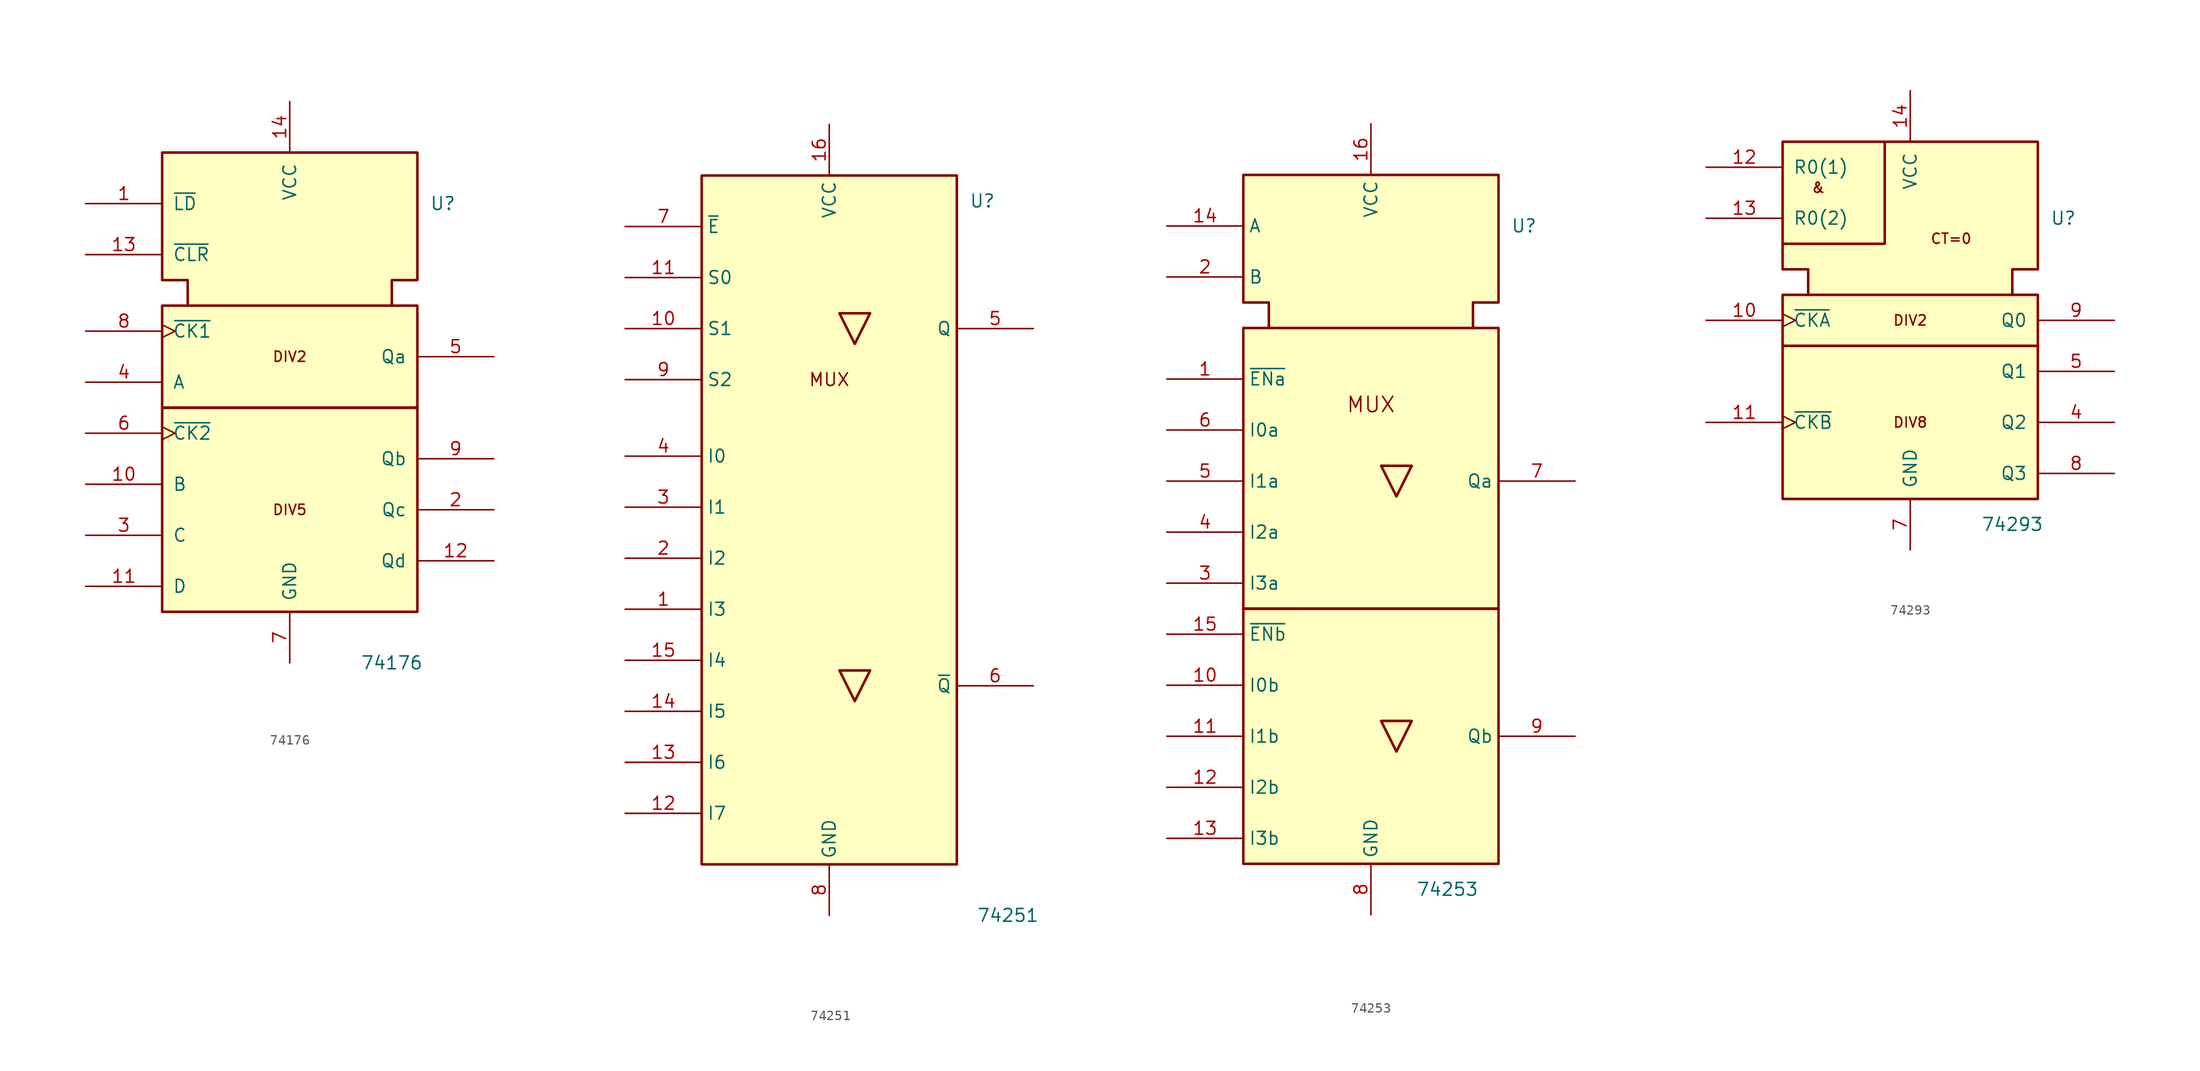
<source format=kicad_sym>
(kicad_symbol_lib
  (version 20241209)
  (generator "kicad_symbol_editor")
  (generator_version "9.0")
  (symbol "74176"
    (pin_names
      (offset 1.016))
    (property "Reference" "U"
      (at 15.24 12.7 0)
      (effects (font (size 1.27 1.27))))
    (property "Value" "74176"
      (at 10.16 -33.02 0)
      (effects (font (size 1.27 1.27))))
    (symbol "74176_0_0"
      (polyline (pts (xy -10.16 2.54) (xy -10.16 5.08) (xy -12.7 5.08) (xy -12.7 17.78) (xy 12.7 17.78) (xy 12.7 5.08) (xy 10.16 5.08) (xy 10.16 2.54) (xy 10.16 2.54)) (stroke (width 0.254) (type default)) (fill (type background)))
      (text "DIV2" (at 0 -2.54 0) (effects (font (size 1.016 1.016))))
      (text "DIV5" (at 0 -17.78 0) (effects (font (size 1.016 1.016)))))
    (symbol "74176_0_1"
      (rectangle (start -12.7 2.54) (end 12.7 -7.62) (stroke (width 0.254) (type default)) (fill (type background)))
      (rectangle (start -12.7 -7.62) (end 12.7 -27.94) (stroke (width 0.254) (type default)) (fill (type background)))
      (pin power_in line (at 0 22.86 270) (length 5.08) (name "VCC" (effects (font (size 1.27 1.27)))) (number "14" (effects (font (size 1.27 1.27)))))
      (pin power_in line (at 0 -33.02 90) (length 5.08) (name "GND" (effects (font (size 1.27 1.27)))) (number "7" (effects (font (size 1.27 1.27))))))
    (symbol "74176_1_1"
      (pin input line (at -20.32 12.7 0) (length 7.62) (name "~{LD}" (effects (font (size 1.27 1.27)))) (number "1" (effects (font (size 1.27 1.27)))))
      (pin input line (at -20.32 7.62 0) (length 7.62) (name "~{CLR}" (effects (font (size 1.27 1.27)))) (number "13" (effects (font (size 1.27 1.27)))))
      (pin input clock (at -20.32 0 0) (length 7.62) (name "~{CK1}" (effects (font (size 1.27 1.27)))) (number "8" (effects (font (size 1.27 1.27)))))
      (pin input line (at -20.32 -5.08 0) (length 7.62) (name "A" (effects (font (size 1.27 1.27)))) (number "4" (effects (font (size 1.27 1.27)))))
      (pin input clock (at -20.32 -10.16 0) (length 7.62) (name "~{CK2}" (effects (font (size 1.27 1.27)))) (number "6" (effects (font (size 1.27 1.27)))))
      (pin input line (at -20.32 -15.24 0) (length 7.62) (name "B" (effects (font (size 1.27 1.27)))) (number "10" (effects (font (size 1.27 1.27)))))
      (pin input line (at -20.32 -20.32 0) (length 7.62) (name "C" (effects (font (size 1.27 1.27)))) (number "3" (effects (font (size 1.27 1.27)))))
      (pin input line (at -20.32 -25.4 0) (length 7.62) (name "D" (effects (font (size 1.27 1.27)))) (number "11" (effects (font (size 1.27 1.27)))))
      (pin output line (at 20.32 -2.54 180) (length 7.62) (name "Qa" (effects (font (size 1.27 1.27)))) (number "5" (effects (font (size 1.27 1.27)))))
      (pin output line (at 20.32 -12.7 180) (length 7.62) (name "Qb" (effects (font (size 1.27 1.27)))) (number "9" (effects (font (size 1.27 1.27)))))
      (pin output line (at 20.32 -17.78 180) (length 7.62) (name "Qc" (effects (font (size 1.27 1.27)))) (number "2" (effects (font (size 1.27 1.27)))))
      (pin output line (at 20.32 -22.86 180) (length 7.62) (name "Qd" (effects (font (size 1.27 1.27)))) (number "12" (effects (font (size 1.27 1.27)))))))
  (symbol "74251"
    (property "Reference" "U"
      (at 15.24 30.48 0)
      (effects (font (size 1.27 1.27))))
    (property "Value" "74251"
      (at 17.78 -40.64 0)
      (effects (font (size 1.27 1.27))))
    (symbol "74251_0_0"
      (rectangle (start -12.7 33.02) (end 12.7 -35.56) (stroke (width 0.254) (type default)) (fill (type background)))
      (polyline (pts (xy 4.064 19.304) (xy 1.016 19.304) (xy 2.54 16.256) (xy 4.064 19.304) (xy 4.064 19.304)) (stroke (width 0.254) (type default)) (fill (type background)))
      (polyline (pts (xy 4.064 -16.256) (xy 1.016 -16.256) (xy 2.54 -19.304) (xy 4.064 -16.256) (xy 4.064 -16.256)) (stroke (width 0.254) (type default)) (fill (type background)))
      (text "MUX" (at 0 12.7 0) (effects (font (size 1.27 1.27))))
      (pin power_in line (at 0 38.1 270) (length 5.08) (name "VCC" (effects (font (size 1.27 1.27)))) (number "16" (effects (font (size 1.27 1.27)))))
      (pin power_in line (at 0 -40.64 90) (length 5.08) (name "GND" (effects (font (size 1.27 1.27)))) (number "8" (effects (font (size 1.27 1.27))))))
    (symbol "74251_1_1"
      (pin input line (at -20.32 27.94 0) (length 7.62) (name "~{E}" (effects (font (size 1.27 1.27)))) (number "7" (effects (font (size 1.27 1.27)))))
      (pin input line (at -20.32 22.86 0) (length 7.62) (name "S0" (effects (font (size 1.27 1.27)))) (number "11" (effects (font (size 1.27 1.27)))))
      (pin input line (at -20.32 17.78 0) (length 7.62) (name "S1" (effects (font (size 1.27 1.27)))) (number "10" (effects (font (size 1.27 1.27)))))
      (pin input line (at -20.32 12.7 0) (length 7.62) (name "S2" (effects (font (size 1.27 1.27)))) (number "9" (effects (font (size 1.27 1.27)))))
      (pin input line (at -20.32 5.08 0) (length 7.62) (name "I0" (effects (font (size 1.27 1.27)))) (number "4" (effects (font (size 1.27 1.27)))))
      (pin input line (at -20.32 0 0) (length 7.62) (name "I1" (effects (font (size 1.27 1.27)))) (number "3" (effects (font (size 1.27 1.27)))))
      (pin input line (at -20.32 -5.08 0) (length 7.62) (name "I2" (effects (font (size 1.27 1.27)))) (number "2" (effects (font (size 1.27 1.27)))))
      (pin input line (at -20.32 -10.16 0) (length 7.62) (name "I3" (effects (font (size 1.27 1.27)))) (number "1" (effects (font (size 1.27 1.27)))))
      (pin input line (at -20.32 -15.24 0) (length 7.62) (name "I4" (effects (font (size 1.27 1.27)))) (number "15" (effects (font (size 1.27 1.27)))))
      (pin input line (at -20.32 -20.32 0) (length 7.62) (name "I5" (effects (font (size 1.27 1.27)))) (number "14" (effects (font (size 1.27 1.27)))))
      (pin input line (at -20.32 -25.4 0) (length 7.62) (name "I6" (effects (font (size 1.27 1.27)))) (number "13" (effects (font (size 1.27 1.27)))))
      (pin input line (at -20.32 -30.48 0) (length 7.62) (name "I7" (effects (font (size 1.27 1.27)))) (number "12" (effects (font (size 1.27 1.27)))))
      (pin tri_state line (at 20.32 17.78 180) (length 7.62) (name "Q" (effects (font (size 1.27 1.27)))) (number "5" (effects (font (size 1.27 1.27)))))
      (pin tri_state line (at 20.32 -17.78 180) (length 7.62) (name "~{Q}" (effects (font (size 1.27 1.27)))) (number "6" (effects (font (size 1.27 1.27)))))))
  (symbol "74253"
    (property "Reference" "U"
      (at 15.24 33.02 0)
      (effects (font (size 1.27 1.27))))
    (property "Value" "74253"
      (at 7.62 -33.02 0)
      (effects (font (size 1.27 1.27))))
    (symbol "74253_0_0"
      (rectangle (start -12.7 22.86) (end 12.7 -5.08) (stroke (width 0.254) (type default)) (fill (type background)))
      (rectangle (start -12.7 -5.08) (end 12.7 -30.48) (stroke (width 0.254) (type default)) (fill (type background)))
      (polyline (pts (xy -10.16 22.86) (xy -10.16 25.4) (xy -12.7 25.4) (xy -12.7 38.1) (xy 12.7 38.1) (xy 12.7 25.4) (xy 10.16 25.4) (xy 10.16 22.86) (xy 10.16 22.86)) (stroke (width 0.254) (type default)) (fill (type background)))
      (polyline (pts (xy 4.064 9.144) (xy 1.016 9.144) (xy 2.54 6.096) (xy 4.064 9.144) (xy 4.064 9.144)) (stroke (width 0.254) (type default)) (fill (type background)))
      (polyline (pts (xy 4.064 -16.256) (xy 1.016 -16.256) (xy 2.54 -19.304) (xy 4.064 -16.256) (xy 4.064 -16.256)) (stroke (width 0.254) (type default)) (fill (type background)))
      (text "MUX" (at 0 15.24 0) (effects (font (size 1.524 1.524))))
      (pin power_in line (at 0 43.18 270) (length 5.08) (name "VCC" (effects (font (size 1.27 1.27)))) (number "16" (effects (font (size 1.27 1.27)))))
      (pin power_in line (at 0 -35.56 90) (length 5.08) (name "GND" (effects (font (size 1.27 1.27)))) (number "8" (effects (font (size 1.27 1.27))))))
    (symbol "74253_1_1"
      (pin input line (at -20.32 33.02 0) (length 7.62) (name "A" (effects (font (size 1.27 1.27)))) (number "14" (effects (font (size 1.27 1.27)))))
      (pin input line (at -20.32 27.94 0) (length 7.62) (name "B" (effects (font (size 1.27 1.27)))) (number "2" (effects (font (size 1.27 1.27)))))
      (pin input line (at -20.32 17.78 0) (length 7.62) (name "~{ENa}" (effects (font (size 1.27 1.27)))) (number "1" (effects (font (size 1.27 1.27)))))
      (pin input line (at -20.32 12.7 0) (length 7.62) (name "I0a" (effects (font (size 1.27 1.27)))) (number "6" (effects (font (size 1.27 1.27)))))
      (pin input line (at -20.32 7.62 0) (length 7.62) (name "I1a" (effects (font (size 1.27 1.27)))) (number "5" (effects (font (size 1.27 1.27)))))
      (pin input line (at -20.32 2.54 0) (length 7.62) (name "I2a" (effects (font (size 1.27 1.27)))) (number "4" (effects (font (size 1.27 1.27)))))
      (pin input line (at -20.32 -2.54 0) (length 7.62) (name "I3a" (effects (font (size 1.27 1.27)))) (number "3" (effects (font (size 1.27 1.27)))))
      (pin input line (at -20.32 -7.62 0) (length 7.62) (name "~{ENb}" (effects (font (size 1.27 1.27)))) (number "15" (effects (font (size 1.27 1.27)))))
      (pin input line (at -20.32 -12.7 0) (length 7.62) (name "I0b" (effects (font (size 1.27 1.27)))) (number "10" (effects (font (size 1.27 1.27)))))
      (pin input line (at -20.32 -17.78 0) (length 7.62) (name "I1b" (effects (font (size 1.27 1.27)))) (number "11" (effects (font (size 1.27 1.27)))))
      (pin input line (at -20.32 -22.86 0) (length 7.62) (name "I2b" (effects (font (size 1.27 1.27)))) (number "12" (effects (font (size 1.27 1.27)))))
      (pin input line (at -20.32 -27.94 0) (length 7.62) (name "I3b" (effects (font (size 1.27 1.27)))) (number "13" (effects (font (size 1.27 1.27)))))
      (pin tri_state line (at 20.32 7.62 180) (length 7.62) (name "Qa" (effects (font (size 1.27 1.27)))) (number "7" (effects (font (size 1.27 1.27)))))
      (pin tri_state line (at 20.32 -17.78 180) (length 7.62) (name "Qb" (effects (font (size 1.27 1.27)))) (number "9" (effects (font (size 1.27 1.27)))))))
  (symbol "74293"
    (pin_names
      (offset 1.016))
    (property "Reference" "U"
      (at 15.24 10.16 0)
      (effects (font (size 1.27 1.27))))
    (property "Value" "74293"
      (at 10.16 -20.32 0)
      (effects (font (size 1.27 1.27))))
    (symbol "74293_0_0"
      (rectangle (start -12.7 2.54) (end 12.7 -2.54) (stroke (width 0.254) (type default)) (fill (type background)))
      (rectangle (start -12.7 -2.54) (end 12.7 -17.78) (stroke (width 0.254) (type default)) (fill (type background)))
      (polyline (pts (xy -10.16 2.54) (xy -10.16 5.08) (xy -12.7 5.08) (xy -12.7 17.78) (xy 12.7 17.78) (xy 12.7 5.08) (xy 10.16 5.08) (xy 10.16 2.54) (xy 10.16 2.54)) (stroke (width 0.254) (type default)) (fill (type background)))
      (polyline (pts (xy -2.54 17.78) (xy -2.54 7.62) (xy -12.7 7.62) (xy -12.7 7.62)) (stroke (width 0.254) (type default)) (fill (type background)))
      (text "&" (at -9.144 13.208 0) (effects (font (size 1.016 1.016))))
      (text "DIV2" (at 0 0 0) (effects (font (size 1.016 1.016))))
      (text "DIV8" (at 0 -10.16 0) (effects (font (size 1.016 1.016))))
      (text "CT=0" (at 4.064 8.128 0) (effects (font (size 1.016 1.016))))
      (pin power_in line (at 0 22.86 270) (length 5.08) (name "VCC" (effects (font (size 1.27 1.27)))) (number "14" (effects (font (size 1.27 1.27)))))
      (pin power_in line (at 0 -22.86 90) (length 5.08) (name "GND" (effects (font (size 1.27 1.27)))) (number "7" (effects (font (size 1.27 1.27))))))
    (symbol "74293_1_1"
      (pin input line (at -20.32 15.24 0) (length 7.62) (name "R0(1)" (effects (font (size 1.27 1.27)))) (number "12" (effects (font (size 1.27 1.27)))))
      (pin input line (at -20.32 10.16 0) (length 7.62) (name "R0(2)" (effects (font (size 1.27 1.27)))) (number "13" (effects (font (size 1.27 1.27)))))
      (pin input clock (at -20.32 0 0) (length 7.62) (name "~{CKA}" (effects (font (size 1.27 1.27)))) (number "10" (effects (font (size 1.27 1.27)))))
      (pin input clock (at -20.32 -10.16 0) (length 7.62) (name "~{CKB}" (effects (font (size 1.27 1.27)))) (number "11" (effects (font (size 1.27 1.27)))))
      (pin output line (at 20.32 0 180) (length 7.62) (name "Q0" (effects (font (size 1.27 1.27)))) (number "9" (effects (font (size 1.27 1.27)))))
      (pin output line (at 20.32 -5.08 180) (length 7.62) (name "Q1" (effects (font (size 1.27 1.27)))) (number "5" (effects (font (size 1.27 1.27)))))
      (pin output line (at 20.32 -10.16 180) (length 7.62) (name "Q2" (effects (font (size 1.27 1.27)))) (number "4" (effects (font (size 1.27 1.27)))))
      (pin output line (at 20.32 -15.24 180) (length 7.62) (name "Q3" (effects (font (size 1.27 1.27)))) (number "8" (effects (font (size 1.27 1.27))))))))
</source>
